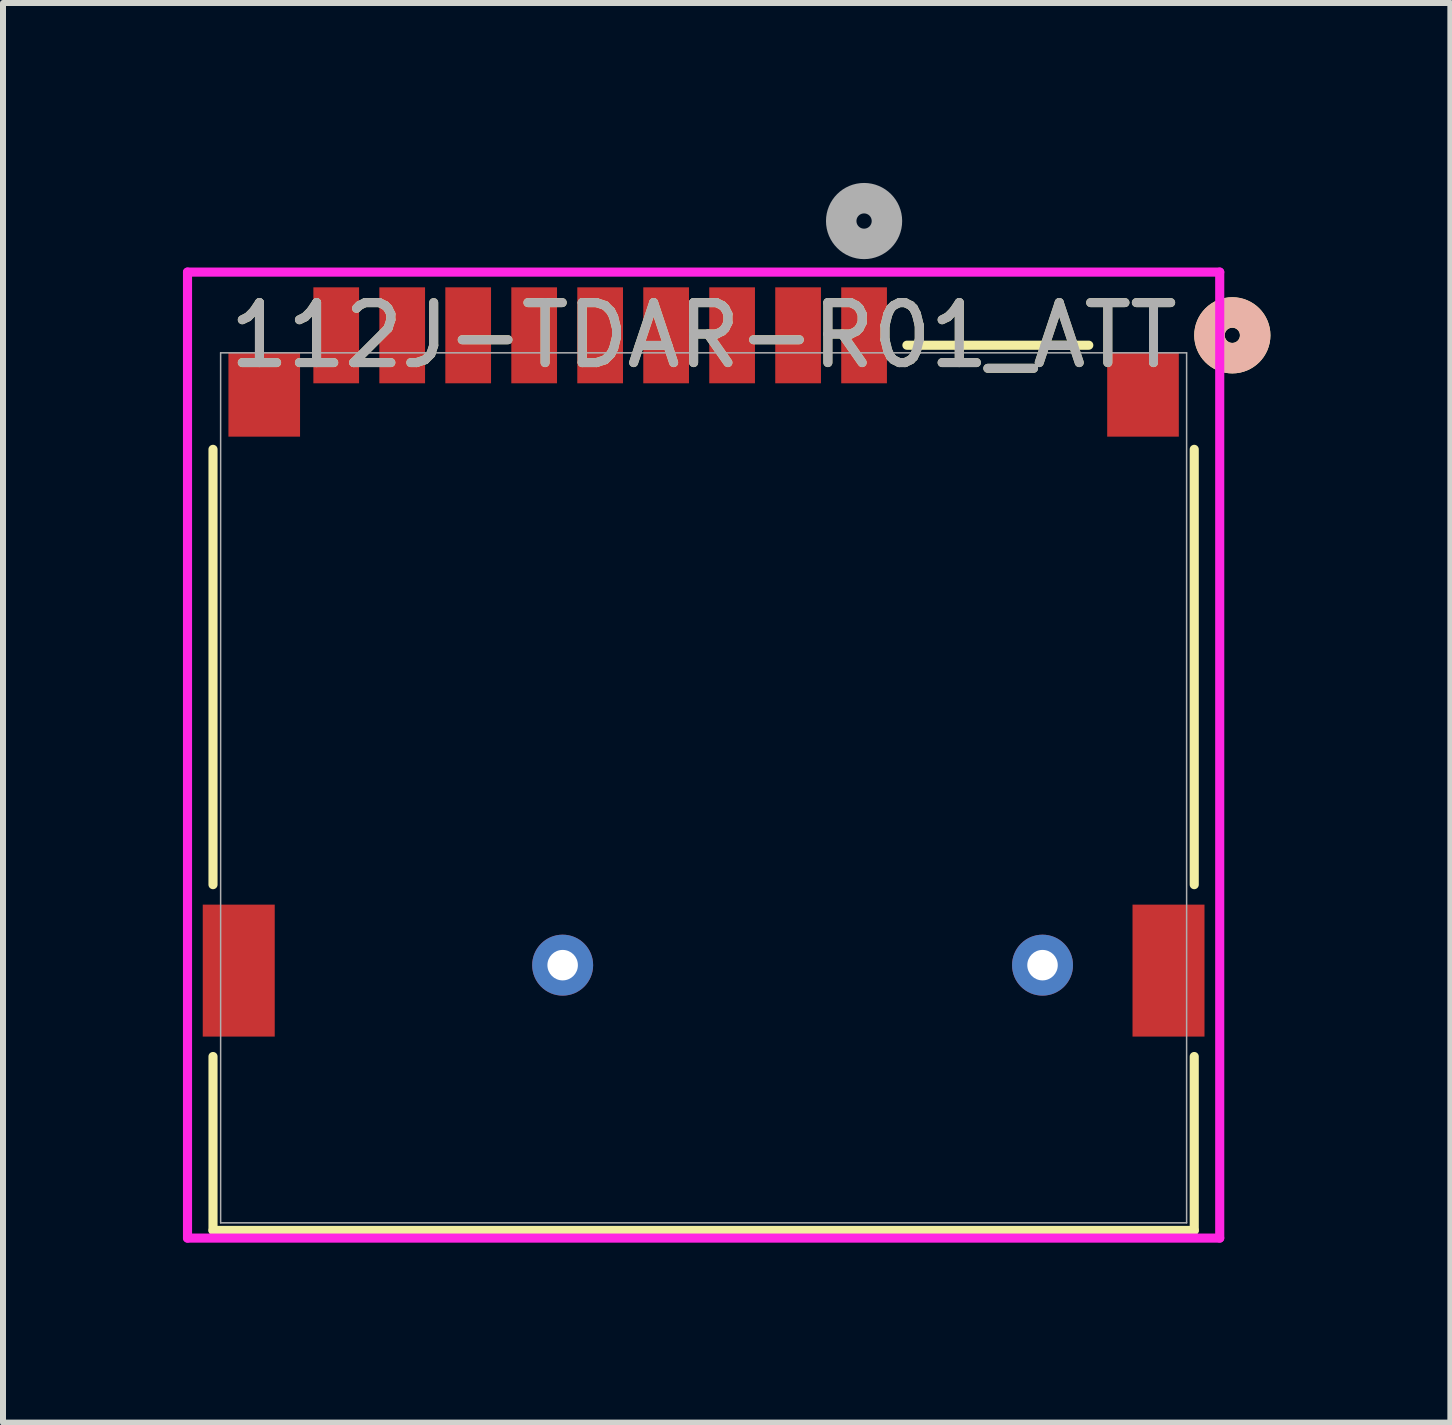
<source format=kicad_pcb>
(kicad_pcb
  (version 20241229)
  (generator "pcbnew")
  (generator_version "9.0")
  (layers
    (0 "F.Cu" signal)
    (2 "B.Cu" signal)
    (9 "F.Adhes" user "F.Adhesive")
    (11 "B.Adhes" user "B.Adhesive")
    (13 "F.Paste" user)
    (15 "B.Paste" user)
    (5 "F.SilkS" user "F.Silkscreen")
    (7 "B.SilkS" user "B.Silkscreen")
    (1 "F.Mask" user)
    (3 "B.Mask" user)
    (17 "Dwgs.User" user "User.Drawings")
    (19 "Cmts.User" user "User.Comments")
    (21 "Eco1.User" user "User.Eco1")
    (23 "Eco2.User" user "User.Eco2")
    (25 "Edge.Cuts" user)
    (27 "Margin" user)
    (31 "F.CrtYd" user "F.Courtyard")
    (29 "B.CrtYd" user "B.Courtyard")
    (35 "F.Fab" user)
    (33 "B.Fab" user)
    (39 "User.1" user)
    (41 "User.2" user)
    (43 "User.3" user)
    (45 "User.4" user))
  (footprint "112J-TDAR-R01_ATT"
    (layer "F.Cu")
    (at 11.355 2.54)
    (property "Reference" "112J-TDAR-R01_ATT" (at -2.675 0 0) (unlocked yes) (layer "F.SilkS") (effects (font (size 1 1) (thickness 0.15))))
    (attr smd)
    (fp_line (start -10.854 1.901) (end -10.854 9.158) (stroke (width 0.152) (type solid)) (layer "F.SilkS"))
    (fp_line (start -10.854 12.023) (end -10.854 14.922) (stroke (width 0.152) (type solid)) (layer "F.SilkS"))
    (fp_line (start -10.854 14.922) (end 5.504 14.922) (stroke (width 0.152) (type solid)) (layer "F.SilkS"))
    (fp_line (start 3.746 0.165) (end 0.714 0.165) (stroke (width 0.152) (type solid)) (layer "F.SilkS"))
    (fp_line (start 5.504 9.158) (end 5.504 1.901) (stroke (width 0.152) (type solid)) (layer "F.SilkS"))
    (fp_line (start 5.504 14.922) (end 5.504 12.023) (stroke (width 0.152) (type solid)) (layer "F.SilkS"))
    (fp_circle (center 6.139 0) (end 6.52 0) (stroke (width 0.508) (type solid)) (fill no) (layer "F.SilkS"))
    (fp_circle (center 6.139 0) (end 6.52 0) (stroke (width 0.508) (type solid)) (fill no) (layer "B.SilkS"))
    (fp_line (start -11.279 -1.054) (end -11.279 15.05) (stroke (width 0.152) (type solid)) (layer "F.CrtYd"))
    (fp_line (start -11.279 15.05) (end 5.929 15.05) (stroke (width 0.152) (type solid)) (layer "F.CrtYd"))
    (fp_line (start 5.929 -1.054) (end -11.279 -1.054) (stroke (width 0.152) (type solid)) (layer "F.CrtYd"))
    (fp_line (start 5.929 15.05) (end 5.929 -1.054) (stroke (width 0.152) (type solid)) (layer "F.CrtYd"))
    (fp_line (start -10.727 0.292) (end -10.727 14.796) (stroke (width 0.025) (type solid)) (layer "F.Fab"))
    (fp_line (start -10.727 14.796) (end 5.377 14.796) (stroke (width 0.025) (type solid)) (layer "F.Fab"))
    (fp_line (start 5.377 0.292) (end -10.727 0.292) (stroke (width 0.025) (type solid)) (layer "F.Fab"))
    (fp_line (start 5.377 14.796) (end 5.377 0.292) (stroke (width 0.025) (type solid)) (layer "F.Fab"))
    (fp_circle (center 0 -1.905) (end 0.381 -1.905) (stroke (width 0.508) (type solid)) (fill no) (layer "F.Fab"))
    (fp_text user "${REFERENCE}" (at -2.675 0 0) (unlocked yes) (layer "F.Fab") (effects (font (size 1 1) (thickness 0.15))))
    (pad "1" smd rect (at 0 0) (size 0.762 1.6) (layers "F.Cu" "F.Mask" "F.Paste"))
    (pad "2" smd rect (at -1.1 0) (size 0.762 1.6) (layers "F.Cu" "F.Mask" "F.Paste"))
    (pad "3" smd rect (at -2.2 0) (size 0.762 1.6) (layers "F.Cu" "F.Mask" "F.Paste"))
    (pad "4" smd rect (at -3.3 0) (size 0.762 1.6) (layers "F.Cu" "F.Mask" "F.Paste"))
    (pad "5" smd rect (at -4.4 0) (size 0.762 1.6) (layers "F.Cu" "F.Mask" "F.Paste"))
    (pad "6" smd rect (at -5.5 0) (size 0.762 1.6) (layers "F.Cu" "F.Mask" "F.Paste"))
    (pad "7" smd rect (at -6.6 0) (size 0.762 1.6) (layers "F.Cu" "F.Mask" "F.Paste"))
    (pad "8" smd rect (at -7.7 0) (size 0.762 1.6) (layers "F.Cu" "F.Mask" "F.Paste"))
    (pad "9" smd rect (at -8.8 0) (size 0.762 1.6) (layers "F.Cu" "F.Mask" "F.Paste"))
    (pad "10" thru_hole circle (at -5.025 10.5) (size 1.016 1.016) (drill 0.508) (layers "*.Cu" "*.Mask"))
    (pad "11" thru_hole circle (at 2.975 10.5) (size 1.016 1.016) (drill 0.508) (layers "*.Cu" "*.Mask"))
    (pad "12" smd rect (at -10 0.991) (size 1.194 1.397) (layers "F.Cu" "F.Mask" "F.Paste"))
    (pad "13" smd rect (at 4.65 0.991) (size 1.194 1.397) (layers "F.Cu" "F.Mask" "F.Paste"))
    (pad "14" smd rect (at -10.425 10.591) (size 1.2 2.2) (layers "F.Cu" "F.Mask" "F.Paste"))
    (pad "15" smd rect (at 5.075 10.591) (size 1.2 2.2) (layers "F.Cu" "F.Mask" "F.Paste")))
  (gr_rect
    (start -3 -3)
    (end 21.129 20.666)
    (stroke (width 0.1) (type default))
    (fill no)
    (layer "Edge.Cuts")))
</source>
